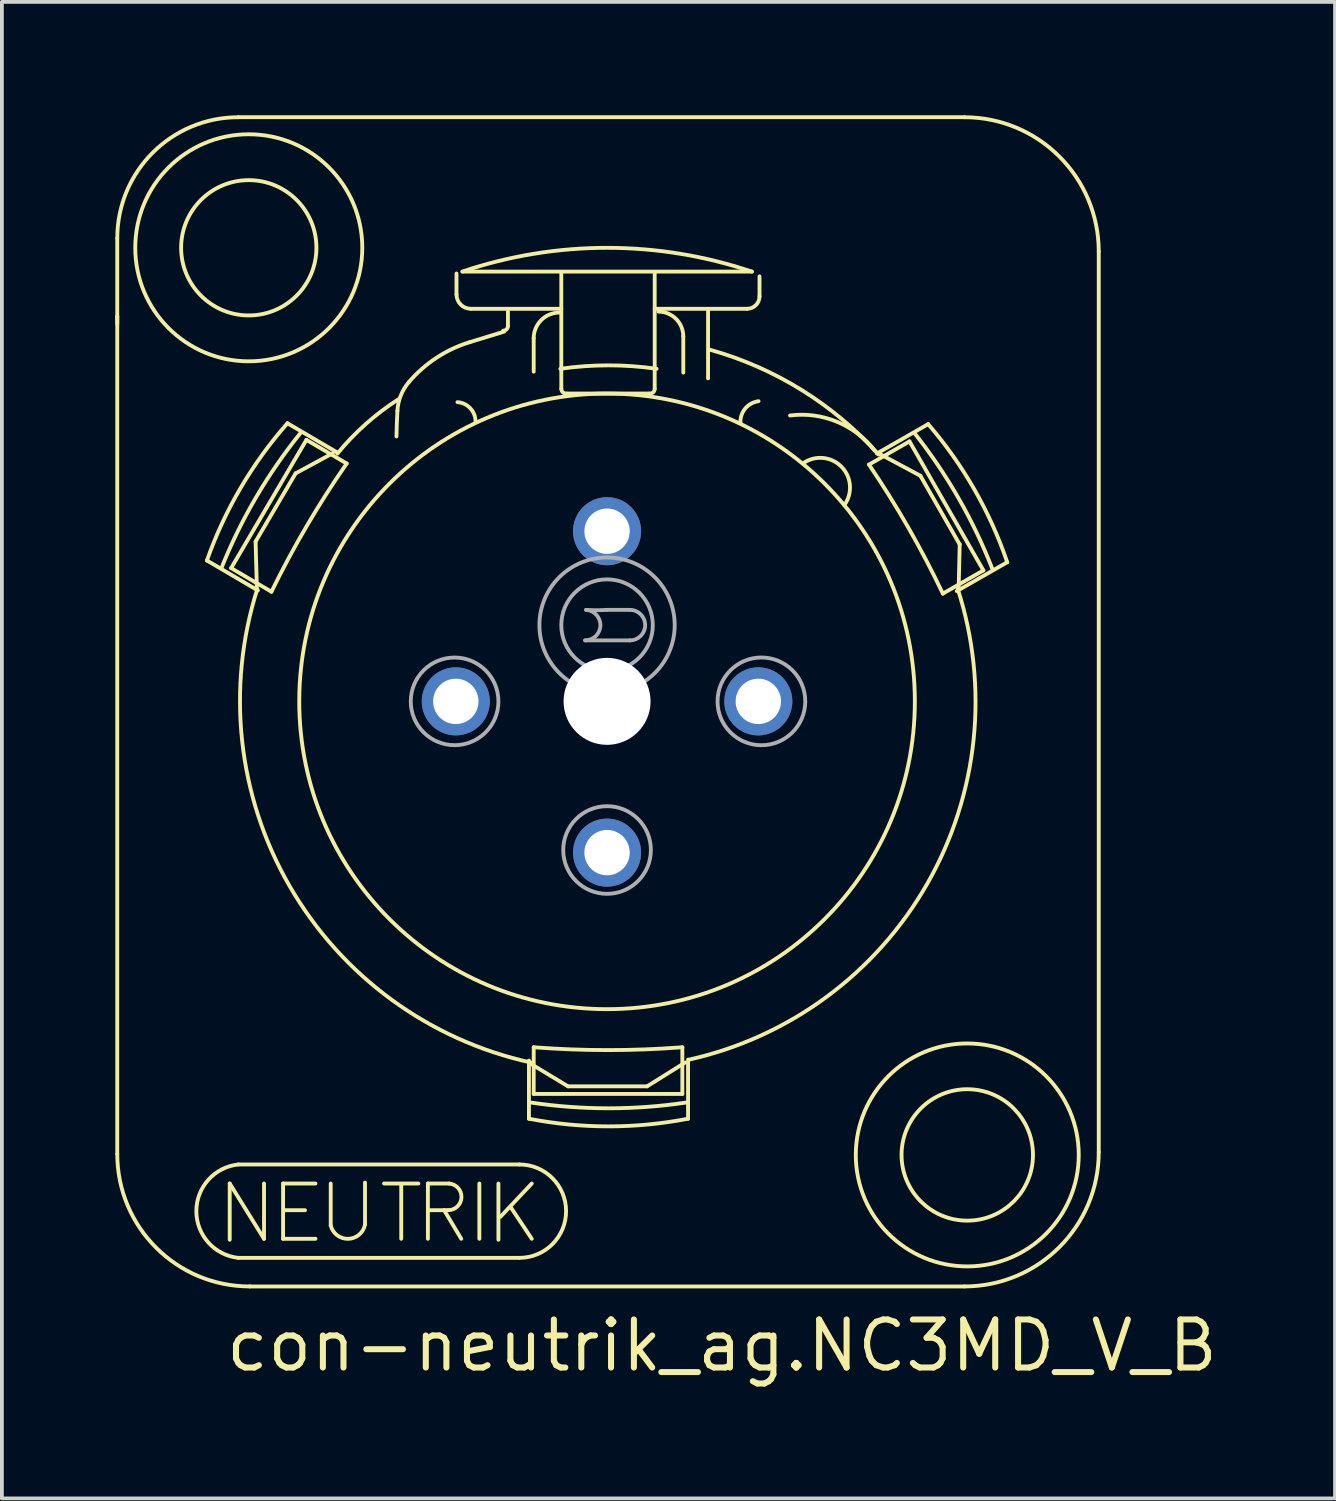
<source format=kicad_pcb>
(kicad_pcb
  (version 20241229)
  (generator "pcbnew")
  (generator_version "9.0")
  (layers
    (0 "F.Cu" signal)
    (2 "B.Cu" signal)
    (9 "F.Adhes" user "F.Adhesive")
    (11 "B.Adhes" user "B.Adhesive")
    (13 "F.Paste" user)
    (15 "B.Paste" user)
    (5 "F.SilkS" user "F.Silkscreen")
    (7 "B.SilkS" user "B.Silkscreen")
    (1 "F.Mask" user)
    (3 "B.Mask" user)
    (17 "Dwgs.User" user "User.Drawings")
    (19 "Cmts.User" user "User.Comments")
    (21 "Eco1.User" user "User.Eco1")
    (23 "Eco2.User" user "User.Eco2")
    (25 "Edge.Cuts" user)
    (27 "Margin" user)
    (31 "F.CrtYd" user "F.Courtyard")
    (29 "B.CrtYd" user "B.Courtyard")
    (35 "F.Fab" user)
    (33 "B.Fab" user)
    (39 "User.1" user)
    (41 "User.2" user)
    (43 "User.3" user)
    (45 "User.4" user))
  (footprint "con-neutrik_ag.NC3MD_V_B"
    (layer "F.Cu")
    (at 13.004 15.498)
    (property "Reference" "con-neutrik_ag.NC3MD_V_B" (at -10.16 17.78 0) (layer "F.SilkS") (effects (font (size 1.27 1.27) (thickness 0.16)) (justify left bottom)))
    (attr through_hole)
    (fp_line (start -12.953 -10.181) (end -12.953 -12.247) (stroke (width 0.102) (type default)) (layer "F.SilkS"))
    (fp_line (start -12.953 -9.979) (end -12.953 -10.181) (stroke (width 0.102) (type default)) (layer "F.SilkS"))
    (fp_line (start -12.953 11.97) (end -12.953 -10.181) (stroke (width 0.102) (type default)) (layer "F.SilkS"))
    (fp_line (start -10.582 -3.725) (end -9.235 -2.934) (stroke (width 0.102) (type default)) (layer "F.SilkS"))
    (fp_line (start -9.979 12.751) (end -9.072 14.213) (stroke (width 0.102) (type default)) (layer "F.SilkS"))
    (fp_line (start -9.979 14.238) (end -9.979 12.751) (stroke (width 0.102) (type default)) (layer "F.SilkS"))
    (fp_line (start -9.941 -3.524) (end -7.951 -6.915) (stroke (width 0.102) (type default)) (layer "F.SilkS"))
    (fp_line (start -9.752 -15.448) (end 9.45 -15.448) (stroke (width 0.102) (type default)) (layer "F.SilkS"))
    (fp_line (start -9.752 12.247) (end -2.318 12.247) (stroke (width 0.102) (type default)) (layer "F.SilkS"))
    (fp_line (start -9.295 -4.226) (end -9.262 -3.038) (stroke (width 0.102) (type default)) (layer "F.SilkS"))
    (fp_line (start -9.072 14.213) (end -9.072 12.751) (stroke (width 0.102) (type default)) (layer "F.SilkS"))
    (fp_line (start -8.876 -2.899) (end -9.941 -3.524) (stroke (width 0.102) (type default)) (layer "F.SilkS"))
    (fp_line (start -8.568 12.751) (end -8.568 14.213) (stroke (width 0.102) (type default)) (layer "F.SilkS"))
    (fp_line (start -8.568 14.213) (end -7.711 14.213) (stroke (width 0.102) (type default)) (layer "F.SilkS"))
    (fp_line (start -8.518 13.457) (end -7.988 13.457) (stroke (width 0.102) (type default)) (layer "F.SilkS"))
    (fp_line (start -8.236 -6.03) (end -9.295 -4.226) (stroke (width 0.102) (type default)) (layer "F.SilkS"))
    (fp_line (start -7.951 -6.915) (end -6.886 -6.29) (stroke (width 0.102) (type default)) (layer "F.SilkS"))
    (fp_line (start -7.711 12.751) (end -8.568 12.751) (stroke (width 0.102) (type default)) (layer "F.SilkS"))
    (fp_line (start -7.308 12.751) (end -7.308 13.86) (stroke (width 0.102) (type default)) (layer "F.SilkS"))
    (fp_line (start -7.252 -6.563) (end -8.236 -6.03) (stroke (width 0.102) (type default)) (layer "F.SilkS"))
    (fp_line (start -7.127 -6.577) (end -8.453 -7.355) (stroke (width 0.102) (type default)) (layer "F.SilkS"))
    (fp_line (start -6.401 13.835) (end -6.401 12.726) (stroke (width 0.102) (type default)) (layer "F.SilkS"))
    (fp_line (start -5.897 12.751) (end -4.99 12.751) (stroke (width 0.102) (type default)) (layer "F.SilkS"))
    (fp_line (start -5.443 12.776) (end -5.443 14.213) (stroke (width 0.102) (type default)) (layer "F.SilkS"))
    (fp_line (start -4.738 12.751) (end -4.183 12.751) (stroke (width 0.102) (type default)) (layer "F.SilkS"))
    (fp_line (start -4.738 14.213) (end -4.738 12.751) (stroke (width 0.102) (type default)) (layer "F.SilkS"))
    (fp_line (start -4.309 13.457) (end -4.687 13.457) (stroke (width 0.102) (type default)) (layer "F.SilkS"))
    (fp_line (start -4.309 13.457) (end -3.856 14.213) (stroke (width 0.102) (type default)) (layer "F.SilkS"))
    (fp_line (start -4.208 13.457) (end -4.309 13.457) (stroke (width 0.102) (type default)) (layer "F.SilkS"))
    (fp_line (start -3.982 -11.315) (end -3.982 -10.76) (stroke (width 0.102) (type default)) (layer "F.SilkS"))
    (fp_line (start -3.805 -11.365) (end 3.83 -11.365) (stroke (width 0.102) (type default)) (layer "F.SilkS"))
    (fp_line (start -3.604 -10.382) (end -1.21 -10.382) (stroke (width 0.102) (type default)) (layer "F.SilkS"))
    (fp_line (start -3.377 12.751) (end -3.377 14.213) (stroke (width 0.102) (type default)) (layer "F.SilkS"))
    (fp_line (start -2.873 12.751) (end -2.873 14.238) (stroke (width 0.102) (type default)) (layer "F.SilkS"))
    (fp_line (start -2.722 -9.778) (end -3.629 -9.5) (stroke (width 0.102) (type default)) (layer "F.SilkS"))
    (fp_line (start -2.621 -10.307) (end -2.621 -9.929) (stroke (width 0.102) (type default)) (layer "F.SilkS"))
    (fp_line (start -2.545 13.381) (end -1.991 14.213) (stroke (width 0.102) (type default)) (layer "F.SilkS"))
    (fp_line (start -2.318 14.717) (end -9.752 14.717) (stroke (width 0.102) (type default)) (layer "F.SilkS"))
    (fp_line (start -2.066 9.5) (end -2.066 11.038) (stroke (width 0.102) (type default)) (layer "F.SilkS"))
    (fp_line (start -1.991 9.601) (end -1.033 10.181) (stroke (width 0.102) (type default)) (layer "F.SilkS"))
    (fp_line (start -1.991 12.751) (end -2.822 13.633) (stroke (width 0.102) (type default)) (layer "F.SilkS"))
    (fp_line (start -1.94 -8.719) (end -1.94 -9.601) (stroke (width 0.102) (type default)) (layer "F.SilkS"))
    (fp_line (start -1.94 10.382) (end -1.94 9.148) (stroke (width 0.102) (type default)) (layer "F.SilkS"))
    (fp_line (start -1.21 -11.315) (end -1.21 -8.266) (stroke (width 0.102) (type default)) (layer "F.SilkS"))
    (fp_line (start -1.084 -8.14) (end 1.134 -8.14) (stroke (width 0.102) (type default)) (layer "F.SilkS"))
    (fp_line (start -1.033 10.181) (end 1.058 10.181) (stroke (width 0.102) (type default)) (layer "F.SilkS"))
    (fp_line (start 1.058 10.181) (end 2.066 9.551) (stroke (width 0.102) (type default)) (layer "F.SilkS"))
    (fp_line (start 1.26 -10.382) (end 3.704 -10.382) (stroke (width 0.102) (type default)) (layer "F.SilkS"))
    (fp_line (start 1.26 -8.266) (end 1.26 -11.315) (stroke (width 0.102) (type default)) (layer "F.SilkS"))
    (fp_line (start 1.991 9.148) (end 1.991 10.382) (stroke (width 0.102) (type default)) (layer "F.SilkS"))
    (fp_line (start 1.991 10.382) (end -1.94 10.382) (stroke (width 0.102) (type default)) (layer "F.SilkS"))
    (fp_line (start 2.016 -8.694) (end 2.016 -9.652) (stroke (width 0.102) (type default)) (layer "F.SilkS"))
    (fp_line (start 2.142 11.038) (end 2.142 9.475) (stroke (width 0.102) (type default)) (layer "F.SilkS"))
    (fp_line (start 2.671 -8.543) (end 2.671 -10.332) (stroke (width 0.102) (type default)) (layer "F.SilkS"))
    (fp_line (start 4.032 -10.71) (end 4.032 -11.239) (stroke (width 0.102) (type default)) (layer "F.SilkS"))
    (fp_line (start 6.927 -6.261) (end 7.998 -6.875) (stroke (width 0.102) (type default)) (layer "F.SilkS"))
    (fp_line (start 7.998 -6.875) (end 9.952 -3.463) (stroke (width 0.102) (type default)) (layer "F.SilkS"))
    (fp_line (start 8.287 -5.965) (end 7.239 -6.527) (stroke (width 0.102) (type default)) (layer "F.SilkS"))
    (fp_line (start 8.492 -7.332) (end 7.136 -6.555) (stroke (width 0.102) (type default)) (layer "F.SilkS"))
    (fp_line (start 9.249 -2.916) (end 10.583 -3.68) (stroke (width 0.102) (type default)) (layer "F.SilkS"))
    (fp_line (start 9.299 -3.031) (end 9.326 -4.15) (stroke (width 0.102) (type default)) (layer "F.SilkS"))
    (fp_line (start 9.326 -4.15) (end 8.287 -5.965) (stroke (width 0.102) (type default)) (layer "F.SilkS"))
    (fp_line (start 9.45 15.473) (end -9.45 15.473) (stroke (width 0.102) (type default)) (layer "F.SilkS"))
    (fp_line (start 9.952 -3.463) (end 8.88 -2.85) (stroke (width 0.102) (type default)) (layer "F.SilkS"))
    (fp_line (start 13.003 -11.894) (end 13.003 11.92) (stroke (width 0.102) (type default)) (layer "F.SilkS"))
    (fp_arc (start -12.9528 -12.2472) (mid -12.015425 -14.510225) (end -9.7524 -15.4476) (stroke (width 0.1016) (type default)) (layer "F.SilkS"))
    (fp_arc (start -10.5822 -3.7251) (mid -9.691784 -5.642311) (end -8.4526 -7.3549) (stroke (width 0.1016) (type default)) (layer "F.SilkS"))
    (fp_arc (start -10.1872 -3.5518) (mid -9.279417 -5.400363) (end -8.1086 -7.0946) (stroke (width 0.1016) (type default)) (layer "F.SilkS"))
    (fp_arc (start -9.7524 14.7168) (mid -10.861431 13.482) (end -9.7524 12.2472) (stroke (width 0.1016) (type default)) (layer "F.SilkS"))
    (fp_arc (start -9.45 15.4728) (mid -11.926854 14.446854) (end -12.9528 11.97) (stroke (width 0.1016) (type default)) (layer "F.SilkS"))
    (fp_arc (start -8.8756 -2.8991) (mid -7.945374 -4.632279) (end -6.8862 -6.2898) (stroke (width 0.1016) (type default)) (layer "F.SilkS"))
    (fp_arc (start -7.1316 -6.552) (mid -6.381797 -7.333748) (end -5.5188 -7.9884) (stroke (width 0.1016) (type default)) (layer "F.SilkS"))
    (fp_arc (start -6.4008 13.8348) (mid -6.844214 14.214097) (end -7.308 13.86) (stroke (width 0.1016) (type default)) (layer "F.SilkS"))
    (fp_arc (start -5.5692 -7.0056) (mid -5.559696 -7.345915) (end -5.544 -7.686) (stroke (width 0.1016) (type default)) (layer "F.SilkS"))
    (fp_arc (start -5.544 -7.686) (mid -5.454836 -8.088814) (end -5.2416 -8.442) (stroke (width 0.1016) (type default)) (layer "F.SilkS"))
    (fp_arc (start -5.2416 -8.442) (mid -4.510913 -9.086572) (end -3.6288 -9.5004) (stroke (width 0.1016) (type default)) (layer "F.SilkS"))
    (fp_arc (start -4.1832 12.7512) (mid -3.852275 13.116269) (end -4.2084 13.4568) (stroke (width 0.1016) (type default)) (layer "F.SilkS"))
    (fp_arc (start -3.9564 -7.9128) (mid -3.619262 -7.753651) (end -3.4776 -7.4088) (stroke (width 0.1016) (type default)) (layer "F.SilkS"))
    (fp_arc (start -3.8304 -11.3652) (mid 0 -11.993981) (end 3.8304 -11.3652) (stroke (width 0.1016) (type default)) (layer "F.SilkS"))
    (fp_arc (start -3.6036 -10.3824) (mid -3.870886 -10.493114) (end -3.9816 -10.7604) (stroke (width 0.1016) (type default)) (layer "F.SilkS"))
    (fp_arc (start -2.6208 -9.9288) (mid -2.657705 -9.839705) (end -2.7468 -9.8028) (stroke (width 0.1016) (type default)) (layer "F.SilkS"))
    (fp_arc (start -2.3184 12.2472) (mid -1.0836 13.482) (end -2.3184 14.7168) (stroke (width 0.1016) (type default)) (layer "F.SilkS"))
    (fp_arc (start -2.016 9.5508) (mid -8.395454 4.884282) (end -9.2484 -2.9736) (stroke (width 0.1016) (type default)) (layer "F.SilkS"))
    (fp_arc (start -1.9404 -9.6012) (mid -1.741115 -10.082315) (end -1.26 -10.2816) (stroke (width 0.1016) (type default)) (layer "F.SilkS"))
    (fp_arc (start -1.2348 -8.7948) (mid 0.0378 -8.886007) (end 1.3104 -8.7948) (stroke (width 0.1016) (type default)) (layer "F.SilkS"))
    (fp_arc (start -1.0836 -8.1396) (mid -1.172695 -8.176505) (end -1.2096 -8.2656) (stroke (width 0.1016) (type default)) (layer "F.SilkS"))
    (fp_arc (start 1.26 -8.2656) (mid 1.223095 -8.176505) (end 1.134 -8.1396) (stroke (width 0.1016) (type default)) (layer "F.SilkS"))
    (fp_arc (start 1.3608 -10.3068) (mid 1.824096 -10.114896) (end 2.016 -9.6516) (stroke (width 0.1016) (type default)) (layer "F.SilkS"))
    (fp_arc (start 1.9908 9.1476) (mid 0.0252 9.222351) (end -1.9404 9.1476) (stroke (width 0.1016) (type default)) (layer "F.SilkS"))
    (fp_arc (start 2.0916 10.6092) (mid 0.0378 10.761684) (end -2.016 10.6092) (stroke (width 0.1016) (type default)) (layer "F.SilkS"))
    (fp_arc (start 2.142 11.0376) (mid 0.0378 11.239782) (end -2.0664 11.0376) (stroke (width 0.1016) (type default)) (layer "F.SilkS"))
    (fp_arc (start 2.7216 -9.2988) (mid 5.149852 -8.231484) (end 7.182 -6.5268) (stroke (width 0.1016) (type default)) (layer "F.SilkS"))
    (fp_arc (start 3.528 -7.3584) (mid 3.652983 -7.742718) (end 4.0068 -7.938) (stroke (width 0.1016) (type default)) (layer "F.SilkS"))
    (fp_arc (start 4.032 -10.71) (mid 3.936048 -10.478352) (end 3.7044 -10.3824) (stroke (width 0.1016) (type default)) (layer "F.SilkS"))
    (fp_arc (start 4.8384 -7.56) (mid 6.084142 -7.392894) (end 7.0812 -6.6276) (stroke (width 0.1016) (type default)) (layer "F.SilkS"))
    (fp_arc (start 5.1912 -6.3) (mid 6.201229 -6.203188) (end 6.2748 -5.1912) (stroke (width 0.1016) (type default)) (layer "F.SilkS"))
    (fp_arc (start 6.9267 -6.2611) (mid 7.968417 -4.592549) (end 8.8804 -2.8497) (stroke (width 0.1016) (type default)) (layer "F.SilkS"))
    (fp_arc (start 8.1449 -7.0749) (mid 9.297919 -5.368482) (end 10.1863 -3.5105) (stroke (width 0.1016) (type default)) (layer "F.SilkS"))
    (fp_arc (start 8.4916 -7.3316) (mid 9.71279 -5.606127) (end 10.5831 -3.6797) (stroke (width 0.1016) (type default)) (layer "F.SilkS"))
    (fp_arc (start 9.2736 -2.9736) (mid 8.469424 4.820081) (end 2.1672 9.4752) (stroke (width 0.1016) (type default)) (layer "F.SilkS"))
    (fp_arc (start 9.45 -15.4476) (mid 11.962492 -14.406892) (end 13.0032 -11.8944) (stroke (width 0.1016) (type default)) (layer "F.SilkS"))
    (fp_arc (start 13.0032 11.9196) (mid 11.962492 14.432092) (end 9.45 15.4728) (stroke (width 0.1016) (type default)) (layer "F.SilkS"))
    (fp_circle (center -9.475 -11.995) (end -7.686 -11.995) (stroke (width 0.102) (type default)) (fill no) (layer "F.SilkS"))
    (fp_circle (center -9.475 -11.995) (end -6.473 -11.995) (stroke (width 0.102) (type default)) (fill no) (layer "F.SilkS"))
    (fp_circle (center 0 0) (end 8.14 0) (stroke (width 0.102) (type default)) (fill no) (layer "F.SilkS"))
    (fp_circle (center 9.526 11.995) (end 11.264 11.995) (stroke (width 0.102) (type default)) (fill no) (layer "F.SilkS"))
    (fp_circle (center 9.526 11.995) (end 12.474 11.995) (stroke (width 0.102) (type default)) (fill no) (layer "F.SilkS"))
    (fp_line (start 0 -2.419) (end 0.605 -2.419) (stroke (width 0.102) (type default)) (layer "F.Fab"))
    (fp_line (start 0.605 -1.613) (end -0.58 -1.613) (stroke (width 0.102) (type default)) (layer "F.Fab"))
    (fp_arc (start -0.5544 -2.4192) (mid -0.176203 -2.003788) (end -0.5796 -1.6128) (stroke (width 0.1016) (type default)) (layer "F.Fab"))
    (fp_arc (start 0 -2.4192) (mid -0.2772 -2.41054) (end -0.5544 -2.4192) (stroke (width 0.1016) (type default)) (layer "F.Fab"))
    (fp_arc (start 0.6048 -2.4192) (mid 1.008 -2.016) (end 0.6048 -1.6128) (stroke (width 0.1016) (type default)) (layer "F.Fab"))
    (fp_circle (center -4.032 0) (end -2.873 0) (stroke (width 0.102) (type default)) (fill no) (layer "F.Fab"))
    (fp_circle (center 0 -2.016) (end 1.21 -2.016) (stroke (width 0.102) (type default)) (fill no) (layer "F.Fab"))
    (fp_circle (center 0 -2.016) (end 1.789 -2.016) (stroke (width 0.102) (type default)) (fill no) (layer "F.Fab"))
    (fp_circle (center 0 3.931) (end 1.159 3.931) (stroke (width 0.102) (type default)) (fill no) (layer "F.Fab"))
    (fp_circle (center 4.082 0) (end 5.242 0) (stroke (width 0.102) (type default)) (fill no) (layer "F.Fab"))
    (pad "" np_thru_hole circle (at 0 0) (size 2.3 2.3) (drill 2.3) (layers "*.Cu" "*.Mask"))
    (pad "1" thru_hole circle (at -4 0) (size 1.8 1.8) (drill 1.2) (layers "*.Cu" "*.Mask"))
    (pad "2" thru_hole circle (at 4 0) (size 1.8 1.8) (drill 1.2) (layers "*.Cu" "*.Mask"))
    (pad "3" thru_hole circle (at 0 4) (size 1.8 1.8) (drill 1.2) (layers "*.Cu" "*.Mask"))
    (pad "G" thru_hole circle (at 0 -4.5) (size 1.8 1.8) (drill 1.2) (layers "*.Cu" "*.Mask")))
  (gr_rect
    (start -3 -3)
    (end 32.256 36.576)
    (stroke (width 0.1) (type default))
    (fill no)
    (layer "Edge.Cuts")))
</source>
